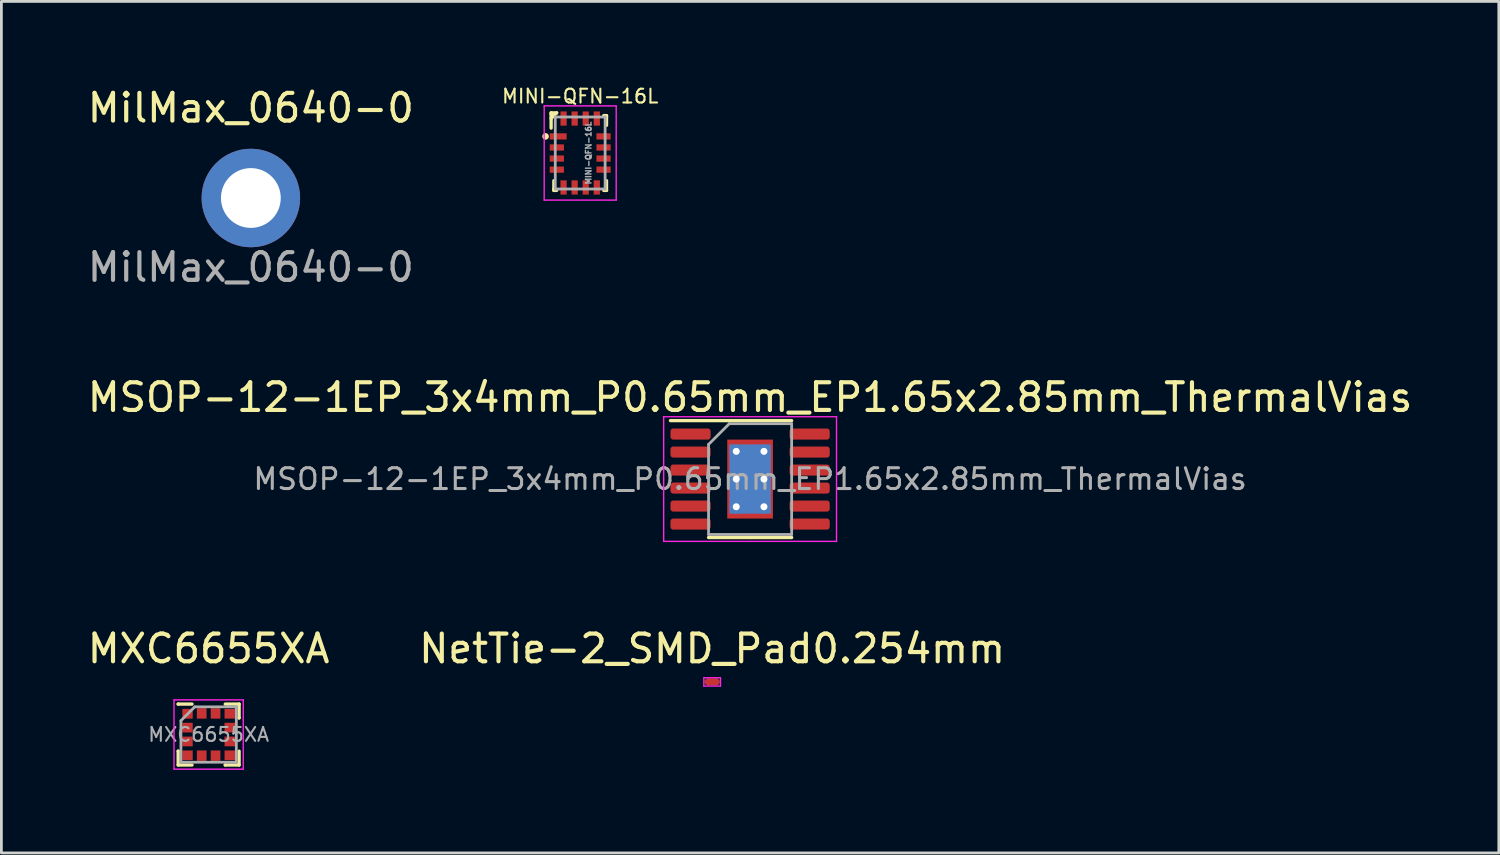
<source format=kicad_pcb>
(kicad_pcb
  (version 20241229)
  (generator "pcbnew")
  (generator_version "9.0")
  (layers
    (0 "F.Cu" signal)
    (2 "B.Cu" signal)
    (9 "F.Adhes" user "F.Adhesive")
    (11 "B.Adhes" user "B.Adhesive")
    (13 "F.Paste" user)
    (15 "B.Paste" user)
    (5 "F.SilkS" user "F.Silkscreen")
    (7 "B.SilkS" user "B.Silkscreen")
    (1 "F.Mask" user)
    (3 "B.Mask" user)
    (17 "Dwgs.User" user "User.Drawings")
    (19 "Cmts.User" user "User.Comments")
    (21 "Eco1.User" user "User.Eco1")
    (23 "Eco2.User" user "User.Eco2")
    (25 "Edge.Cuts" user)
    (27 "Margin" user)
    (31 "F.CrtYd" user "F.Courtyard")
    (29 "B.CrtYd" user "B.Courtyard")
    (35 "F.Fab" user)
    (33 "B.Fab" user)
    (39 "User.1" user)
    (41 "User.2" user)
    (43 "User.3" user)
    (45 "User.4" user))
  (footprint "NetTie-2_SMD_Pad0.254mm"
    (layer "F.Cu")
    (at 22.661 21.568)
    (property "Reference" "NetTie-2_SMD_Pad0.254mm" (at 0 -1.2 0) (layer "F.SilkS") (effects (font (size 1 1) (thickness 0.15))))
    (attr exclude_from_pos_files exclude_from_bom)
    (fp_poly (pts (xy -0.15 -0.127) (xy 0.15 -0.127) (xy 0.15 0.127) (xy -0.15 0.127)) (stroke (width 0) (type solid)) (fill yes) (layer "F.Cu"))
    (fp_line (start -0.3 0.15) (end -0.3 -0.15) (stroke (width 0.05) (type solid)) (layer "F.CrtYd"))
    (fp_line (start -0.3 0.15) (end 0.3 0.15) (stroke (width 0.05) (type solid)) (layer "F.CrtYd"))
    (fp_line (start 0.3 -0.15) (end -0.3 -0.15) (stroke (width 0.05) (type solid)) (layer "F.CrtYd"))
    (fp_line (start 0.3 0.15) (end 0.3 -0.15) (stroke (width 0.05) (type solid)) (layer "F.CrtYd"))
    (pad "1" smd circle (at -0.15 0) (size 0.254 0.254) (layers "F.Cu"))
    (pad "2" smd circle (at 0.15 0) (size 0.254 0.254) (layers "F.Cu")))
  (footprint "MINI-QFN-16L"
    (layer "F.Cu")
    (at 17.896 2.474)
    (property "Reference" "MINI-QFN-16L" (at 0 -2.05 0) (unlocked yes) (layer "F.SilkS") (effects (font (size 0.5 0.5) (thickness 0.075))))
    (attr smd)
    (fp_line (start -1.05 -1.45) (end -0.85 -1.45) (stroke (width 0.12) (type default)) (layer "F.SilkS"))
    (fp_line (start -1.05 -1.4) (end -1.05 -1.45) (stroke (width 0.12) (type default)) (layer "F.SilkS"))
    (fp_line (start -1.05 -0.9) (end -1.05 -1.4) (stroke (width 0.12) (type default)) (layer "F.SilkS"))
    (fp_line (start -0.95 1.3) (end -0.95 1) (stroke (width 0.12) (type default)) (layer "F.SilkS"))
    (fp_line (start -0.95 1.3) (end -0.95 1.35) (stroke (width 0.12) (type default)) (layer "F.SilkS"))
    (fp_line (start -0.95 1.35) (end -0.85 1.35) (stroke (width 0.12) (type default)) (layer "F.SilkS"))
    (fp_line (start -0.85 -1.45) (end -1.05 -1.25) (stroke (width 0.12) (type default)) (layer "F.SilkS"))
    (fp_line (start 0.95 -1.35) (end 0.85 -1.35) (stroke (width 0.12) (type default)) (layer "F.SilkS"))
    (fp_line (start 0.95 -1.3) (end 0.95 -1.35) (stroke (width 0.12) (type default)) (layer "F.SilkS"))
    (fp_line (start 0.95 -1.3) (end 0.95 -1) (stroke (width 0.12) (type default)) (layer "F.SilkS"))
    (fp_line (start 0.95 1.35) (end 0.85 1.35) (stroke (width 0.12) (type default)) (layer "F.SilkS"))
    (fp_line (start 0.95 1.35) (end 0.95 1) (stroke (width 0.12) (type default)) (layer "F.SilkS"))
    (fp_circle (center -1.25 -0.6) (end -1.25 -0.6) (stroke (width 0.12) (type default)) (fill no) (layer "F.SilkS"))
    (fp_line (start -1.3 -1.7) (end 1.3 -1.7) (stroke (width 0.05) (type default)) (layer "F.CrtYd"))
    (fp_line (start -1.3 1.7) (end -1.3 -1.7) (stroke (width 0.05) (type default)) (layer "F.CrtYd"))
    (fp_line (start -1.3 1.7) (end 1.3 1.7) (stroke (width 0.05) (type default)) (layer "F.CrtYd"))
    (fp_line (start 1.3 1.7) (end 1.3 -1.7) (stroke (width 0.05) (type default)) (layer "F.CrtYd"))
    (fp_line (start -0.9 -1.3) (end 0.9 -1.3) (stroke (width 0.1) (type default)) (layer "F.Fab"))
    (fp_line (start -0.9 1.3) (end -0.9 -1.3) (stroke (width 0.1) (type default)) (layer "F.Fab"))
    (fp_line (start -0.9 1.3) (end 0.9 1.3) (stroke (width 0.1) (type default)) (layer "F.Fab"))
    (fp_line (start 0.9 1.3) (end 0.9 -1.3) (stroke (width 0.1) (type default)) (layer "F.Fab"))
    (fp_text user "${REFERENCE}" (at 0.3 0 90) (unlocked yes) (layer "F.Fab") (effects (font (size 0.2 0.2) (thickness 0.05) (bold yes))))
    (pad "1" smd rect (at -0.794 -0.6) (size 0.612 0.225) (layers "F.Cu" "F.Mask" "F.Paste"))
    (pad "2" smd rect (at -0.843 -0.2) (size 0.513 0.225) (layers "F.Cu" "F.Mask" "F.Paste"))
    (pad "3" smd rect (at -0.843 0.2) (size 0.513 0.225) (layers "F.Cu" "F.Mask" "F.Paste"))
    (pad "4" smd rect (at -0.843 0.6) (size 0.513 0.225) (layers "F.Cu" "F.Mask" "F.Paste"))
    (pad "5" smd rect (at -0.6 1.244 90) (size 0.513 0.225) (layers "F.Cu" "F.Mask" "F.Paste"))
    (pad "6" smd rect (at -0.2 1.244 90) (size 0.513 0.225) (layers "F.Cu" "F.Mask" "F.Paste"))
    (pad "7" smd rect (at 0.2 1.244 90) (size 0.513 0.225) (layers "F.Cu" "F.Mask" "F.Paste"))
    (pad "8" smd rect (at 0.6 1.244 90) (size 0.513 0.225) (layers "F.Cu" "F.Mask" "F.Paste"))
    (pad "9" smd rect (at 0.843 0.6) (size 0.513 0.225) (layers "F.Cu" "F.Mask" "F.Paste"))
    (pad "10" smd rect (at 0.843 0.2) (size 0.513 0.225) (layers "F.Cu" "F.Mask" "F.Paste"))
    (pad "11" smd rect (at 0.843 -0.2) (size 0.513 0.225) (layers "F.Cu" "F.Mask" "F.Paste"))
    (pad "12" smd rect (at 0.843 -0.6 180) (size 0.513 0.225) (layers "F.Cu" "F.Mask" "F.Paste"))
    (pad "13" smd rect (at 0.6 -1.244 90) (size 0.513 0.225) (layers "F.Cu" "F.Mask" "F.Paste"))
    (pad "14" smd rect (at 0.2 -1.244 90) (size 0.513 0.225) (layers "F.Cu" "F.Mask" "F.Paste"))
    (pad "15" smd rect (at -0.2 -1.244 90) (size 0.513 0.225) (layers "F.Cu" "F.Mask" "F.Paste"))
    (pad "16" smd rect (at -0.6 -1.244 90) (size 0.513 0.225) (layers "F.Cu" "F.Mask" "F.Paste")))
  (footprint "MilMax_0640-0"
    (layer "F.Cu")
    (at 6.006 4.098)
    (property "Reference" "MilMax_0640-0" (at 0 -3.25 0) (unlocked yes) (layer "F.SilkS") (effects (font (size 1 1) (thickness 0.15))))
    (fp_text user "${REFERENCE}" (at 0 2.5 0) (unlocked yes) (layer "F.Fab") (effects (font (size 1 1) (thickness 0.15))))
    (pad "1" thru_hole circle (at 0 0) (size 3.556 3.556) (drill 2.159) (layers "*.Cu" "*.Mask")))
  (footprint "MSOP-12-1EP_3x4mm_P0.65mm_EP1.65x2.85mm_ThermalVias"
    (layer "F.Cu")
    (at 24.03 14.245)
    (property "Reference" "MSOP-12-1EP_3x4mm_P0.65mm_EP1.65x2.85mm_ThermalVias" (at 0 -2.95 0) (layer "F.SilkS") (effects (font (size 1 1) (thickness 0.15))))
    (attr smd)
    (fp_line (start 0 -2.11) (end -2.875 -2.11) (stroke (width 0.12) (type solid)) (layer "F.SilkS"))
    (fp_line (start 0 -2.11) (end 1.5 -2.11) (stroke (width 0.12) (type solid)) (layer "F.SilkS"))
    (fp_line (start 0 2.11) (end -1.5 2.11) (stroke (width 0.12) (type solid)) (layer "F.SilkS"))
    (fp_line (start 0 2.11) (end 1.5 2.11) (stroke (width 0.12) (type solid)) (layer "F.SilkS"))
    (fp_line (start -3.12 -2.25) (end -3.12 2.25) (stroke (width 0.05) (type solid)) (layer "F.CrtYd"))
    (fp_line (start -3.12 2.25) (end 3.12 2.25) (stroke (width 0.05) (type solid)) (layer "F.CrtYd"))
    (fp_line (start 3.12 -2.25) (end -3.12 -2.25) (stroke (width 0.05) (type solid)) (layer "F.CrtYd"))
    (fp_line (start 3.12 2.25) (end 3.12 -2.25) (stroke (width 0.05) (type solid)) (layer "F.CrtYd"))
    (fp_line (start -1.5 -1.25) (end -0.75 -2) (stroke (width 0.1) (type solid)) (layer "F.Fab"))
    (fp_line (start -1.5 2) (end -1.5 -1.25) (stroke (width 0.1) (type solid)) (layer "F.Fab"))
    (fp_line (start -0.75 -2) (end 1.5 -2) (stroke (width 0.1) (type solid)) (layer "F.Fab"))
    (fp_line (start 1.5 -2) (end 1.5 2) (stroke (width 0.1) (type solid)) (layer "F.Fab"))
    (fp_line (start 1.5 2) (end -1.5 2) (stroke (width 0.1) (type solid)) (layer "F.Fab"))
    (fp_text user "${REFERENCE}" (at 0 0 0) (layer "F.Fab") (effects (font (size 0.75 0.75) (thickness 0.11))))
    (pad "" smd roundrect (at -0.41 -0.71) (size 0.69 1.19) (layers "F.Paste") (roundrect_rratio 0.25))
    (pad "" smd roundrect (at -0.41 0.71) (size 0.69 1.19) (layers "F.Paste") (roundrect_rratio 0.25))
    (pad "" smd roundrect (at 0.41 -0.71) (size 0.69 1.19) (layers "F.Paste") (roundrect_rratio 0.25))
    (pad "" smd roundrect (at 0.41 0.71) (size 0.69 1.19) (layers "F.Paste") (roundrect_rratio 0.25))
    (pad "1" smd roundrect (at -2.15 -1.625) (size 1.45 0.4) (layers "F.Cu" "F.Mask" "F.Paste") (roundrect_rratio 0.25))
    (pad "2" smd roundrect (at -2.15 -0.975) (size 1.45 0.4) (layers "F.Cu" "F.Mask" "F.Paste") (roundrect_rratio 0.25))
    (pad "3" smd roundrect (at -2.15 -0.325) (size 1.45 0.4) (layers "F.Cu" "F.Mask" "F.Paste") (roundrect_rratio 0.25))
    (pad "4" smd roundrect (at -2.15 0.325) (size 1.45 0.4) (layers "F.Cu" "F.Mask" "F.Paste") (roundrect_rratio 0.25))
    (pad "5" smd roundrect (at -2.15 0.975) (size 1.45 0.4) (layers "F.Cu" "F.Mask" "F.Paste") (roundrect_rratio 0.25))
    (pad "6" smd roundrect (at -2.15 1.625) (size 1.45 0.4) (layers "F.Cu" "F.Mask" "F.Paste") (roundrect_rratio 0.25))
    (pad "7" smd roundrect (at 2.15 1.625) (size 1.45 0.4) (layers "F.Cu" "F.Mask" "F.Paste") (roundrect_rratio 0.25))
    (pad "8" smd roundrect (at 2.15 0.975) (size 1.45 0.4) (layers "F.Cu" "F.Mask" "F.Paste") (roundrect_rratio 0.25))
    (pad "9" smd roundrect (at 2.15 0.325) (size 1.45 0.4) (layers "F.Cu" "F.Mask" "F.Paste") (roundrect_rratio 0.25))
    (pad "10" smd roundrect (at 2.15 -0.325) (size 1.45 0.4) (layers "F.Cu" "F.Mask" "F.Paste") (roundrect_rratio 0.25))
    (pad "11" smd roundrect (at 2.15 -0.975) (size 1.45 0.4) (layers "F.Cu" "F.Mask" "F.Paste") (roundrect_rratio 0.25))
    (pad "12" smd roundrect (at 2.15 -1.625) (size 1.45 0.4) (layers "F.Cu" "F.Mask" "F.Paste") (roundrect_rratio 0.25))
    (pad "13" thru_hole circle (at -0.5 -1) (size 0.5 0.5) (drill 0.254) (layers "*.Cu"))
    (pad "13" thru_hole circle (at -0.5 0) (size 0.5 0.5) (drill 0.254) (layers "*.Cu"))
    (pad "13" thru_hole circle (at -0.5 1) (size 0.5 0.5) (drill 0.254) (layers "*.Cu"))
    (pad "13" smd rect (at 0 0) (size 1.5 2.5) (layers "B.Cu"))
    (pad "13" smd rect (at 0 0) (size 1.65 2.85) (layers "F.Cu" "F.Mask"))
    (pad "13" thru_hole circle (at 0.5 -1) (size 0.5 0.5) (drill 0.254) (layers "*.Cu"))
    (pad "13" thru_hole circle (at 0.5 0) (size 0.5 0.5) (drill 0.254) (layers "*.Cu"))
    (pad "13" thru_hole circle (at 0.5 1) (size 0.5 0.5) (drill 0.254) (layers "*.Cu")))
  (footprint "MXC6655XA"
    (layer "F.Cu")
    (at 4.482 23.468)
    (property "Reference" "MXC6655XA" (at 0 -3.1 0) (layer "F.SilkS") (effects (font (size 1 1) (thickness 0.15))))
    (attr smd)
    (fp_line (start -1.1 -1.1) (end -1.1 -1.1) (stroke (width 0.12) (type solid)) (layer "F.SilkS"))
    (fp_line (start -1.1 0.6) (end -1.1 0.6) (stroke (width 0.12) (type solid)) (layer "F.SilkS"))
    (fp_line (start -1.1 1.1) (end -1.1 0.6) (stroke (width 0.12) (type solid)) (layer "F.SilkS"))
    (fp_line (start -0.6 -1.1) (end -1.1 -1.1) (stroke (width 0.12) (type solid)) (layer "F.SilkS"))
    (fp_line (start -0.6 1.1) (end -1.1 1.1) (stroke (width 0.12) (type solid)) (layer "F.SilkS"))
    (fp_line (start 0.6 -1.1) (end 1.1 -1.1) (stroke (width 0.12) (type solid)) (layer "F.SilkS"))
    (fp_line (start 0.6 1.1) (end 0.6 1.1) (stroke (width 0.12) (type solid)) (layer "F.SilkS"))
    (fp_line (start 1.1 -1.1) (end 1.1 -0.6) (stroke (width 0.12) (type solid)) (layer "F.SilkS"))
    (fp_line (start 1.1 -0.6) (end 1.1 -0.6) (stroke (width 0.12) (type solid)) (layer "F.SilkS"))
    (fp_line (start 1.1 0.6) (end 1.1 1.1) (stroke (width 0.12) (type solid)) (layer "F.SilkS"))
    (fp_line (start 1.1 1.1) (end 0.6 1.1) (stroke (width 0.12) (type solid)) (layer "F.SilkS"))
    (fp_line (start -1.25 -1.25) (end 1.25 -1.25) (stroke (width 0.05) (type solid)) (layer "F.CrtYd"))
    (fp_line (start -1.25 1.25) (end -1.25 -1.25) (stroke (width 0.05) (type solid)) (layer "F.CrtYd"))
    (fp_line (start 1.25 -1.25) (end 1.25 1.25) (stroke (width 0.05) (type solid)) (layer "F.CrtYd"))
    (fp_line (start 1.25 1.25) (end -1.25 1.25) (stroke (width 0.05) (type solid)) (layer "F.CrtYd"))
    (fp_line (start -1 -0.5) (end -0.5 -1) (stroke (width 0.1) (type solid)) (layer "F.Fab"))
    (fp_line (start -1 1) (end -1 -0.5) (stroke (width 0.1) (type solid)) (layer "F.Fab"))
    (fp_line (start -0.5 -1) (end 1 -1) (stroke (width 0.1) (type solid)) (layer "F.Fab"))
    (fp_line (start 1 -1) (end 1 1) (stroke (width 0.1) (type solid)) (layer "F.Fab"))
    (fp_line (start 1 1) (end -1 1) (stroke (width 0.1) (type solid)) (layer "F.Fab"))
    (fp_text user "${REFERENCE}" (at 0 0 0) (layer "F.Fab") (effects (font (size 0.5 0.5) (thickness 0.075))))
    (pad "1" smd rect (at -0.762 -0.75) (size 0.375 0.35) (layers "F.Cu" "F.Mask" "F.Paste"))
    (pad "2" smd rect (at -0.762 -0.25) (size 0.375 0.35) (layers "F.Cu" "F.Mask" "F.Paste"))
    (pad "3" smd rect (at -0.762 0.25) (size 0.375 0.35) (layers "F.Cu" "F.Mask" "F.Paste"))
    (pad "4" smd rect (at -0.762 0.75) (size 0.375 0.35) (layers "F.Cu" "F.Mask" "F.Paste"))
    (pad "5" smd rect (at -0.25 0.762 90) (size 0.375 0.35) (layers "F.Cu" "F.Mask" "F.Paste"))
    (pad "6" smd rect (at 0.25 0.762 90) (size 0.375 0.35) (layers "F.Cu" "F.Mask" "F.Paste"))
    (pad "7" smd rect (at 0.762 0.75) (size 0.375 0.35) (layers "F.Cu" "F.Mask" "F.Paste"))
    (pad "8" smd rect (at 0.762 0.25) (size 0.375 0.35) (layers "F.Cu" "F.Mask" "F.Paste"))
    (pad "9" smd rect (at 0.762 -0.25) (size 0.375 0.35) (layers "F.Cu" "F.Mask" "F.Paste"))
    (pad "10" smd rect (at 0.762 -0.75) (size 0.375 0.35) (layers "F.Cu" "F.Mask" "F.Paste"))
    (pad "11" smd rect (at 0.25 -0.762 90) (size 0.375 0.35) (layers "F.Cu" "F.Mask" "F.Paste"))
    (pad "12" smd rect (at -0.25 -0.762 90) (size 0.375 0.35) (layers "F.Cu" "F.Mask" "F.Paste")))
  (gr_rect
    (start -3 -3)
    (end 51.06 27.743)
    (stroke (width 0.1) (type default))
    (fill no)
    (layer "Edge.Cuts")))
</source>
